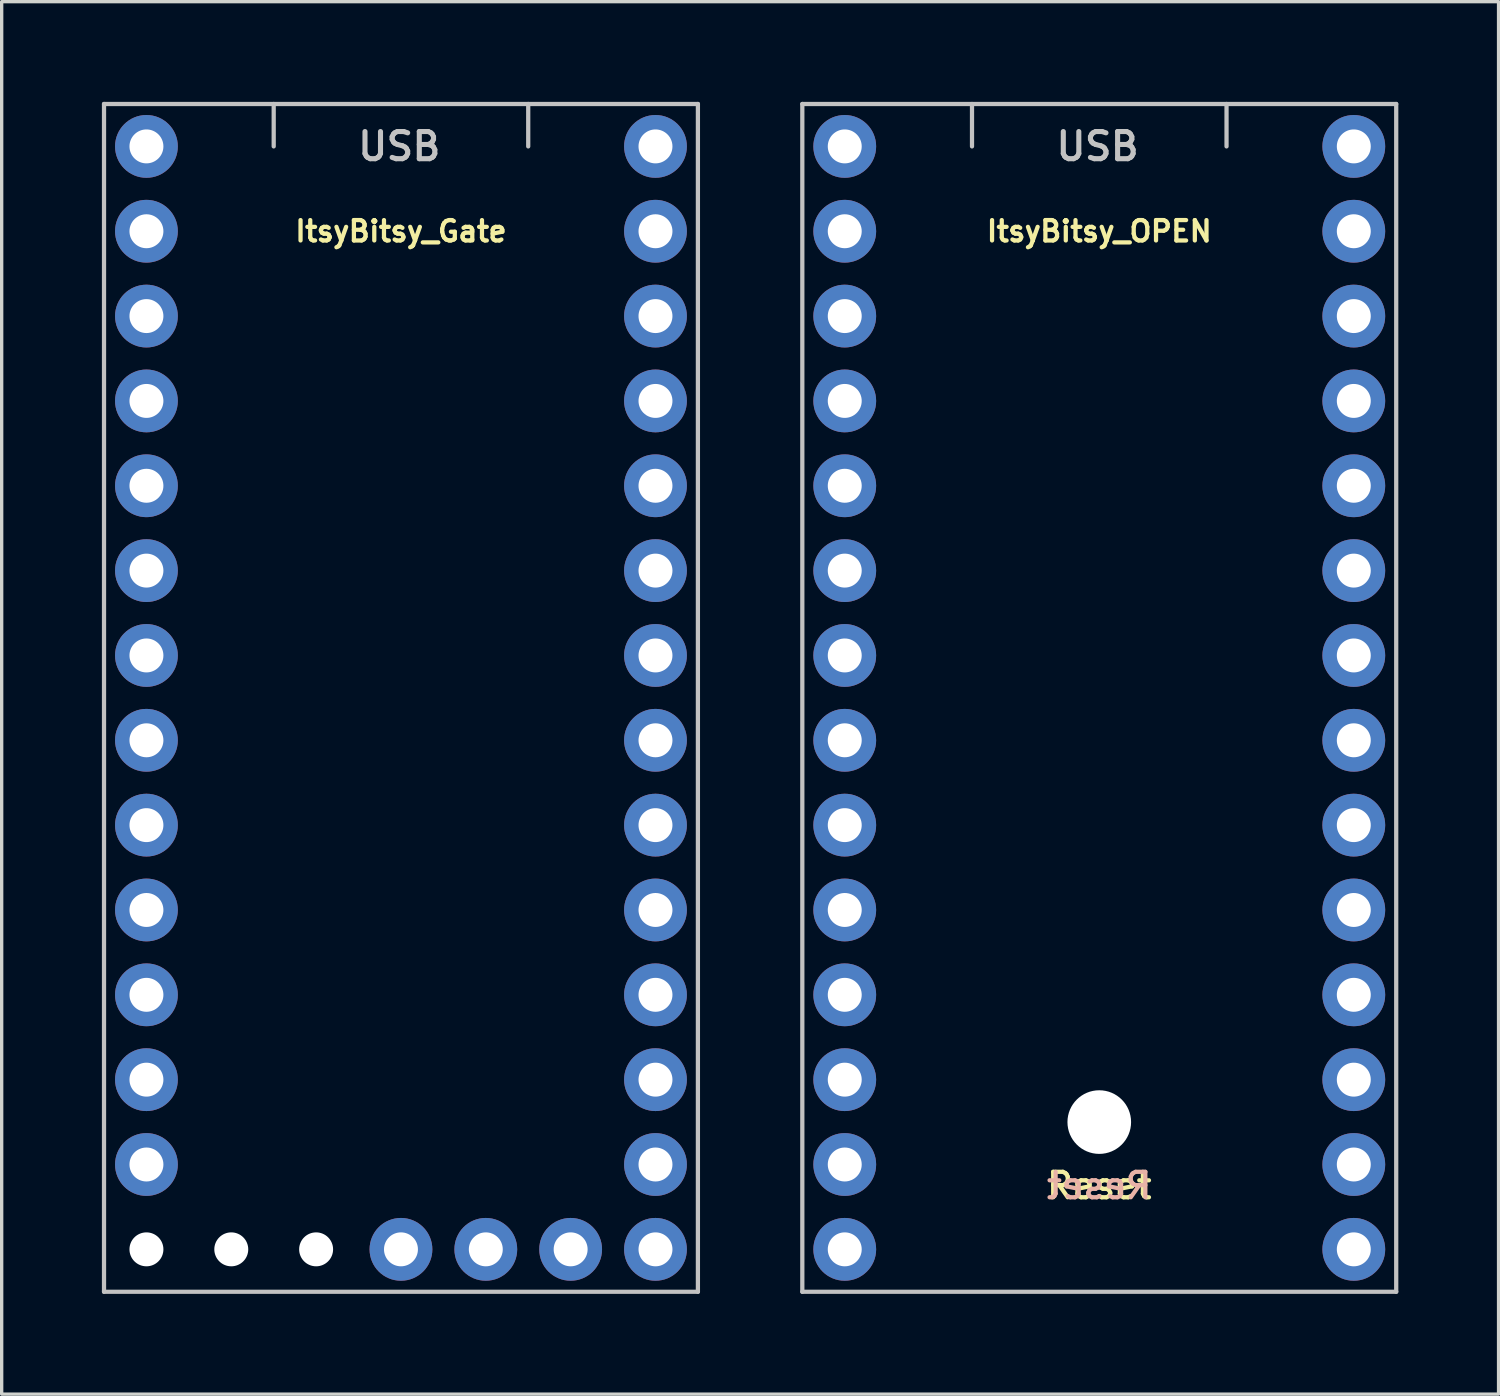
<source format=kicad_pcb>
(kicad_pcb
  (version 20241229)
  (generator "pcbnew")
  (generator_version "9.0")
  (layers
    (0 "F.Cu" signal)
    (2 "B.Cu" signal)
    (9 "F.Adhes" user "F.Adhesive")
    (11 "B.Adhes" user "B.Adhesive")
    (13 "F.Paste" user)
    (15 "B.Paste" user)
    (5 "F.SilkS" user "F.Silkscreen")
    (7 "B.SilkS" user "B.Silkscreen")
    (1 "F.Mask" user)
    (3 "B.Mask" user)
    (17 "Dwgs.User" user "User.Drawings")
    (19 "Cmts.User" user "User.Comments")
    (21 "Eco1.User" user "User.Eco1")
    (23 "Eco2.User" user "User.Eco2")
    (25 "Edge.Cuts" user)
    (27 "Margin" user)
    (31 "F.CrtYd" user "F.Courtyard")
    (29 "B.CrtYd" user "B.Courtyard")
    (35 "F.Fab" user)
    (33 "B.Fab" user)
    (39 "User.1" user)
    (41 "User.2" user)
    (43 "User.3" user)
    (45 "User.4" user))
  (footprint "ItsyBitsy_OPEN"
    (layer "F.Cu")
    (at 29.86 17.843)
    (property "Reference" "ItsyBitsy_OPEN" (at 0 -13.97 0) (layer "F.SilkS") (effects (font (size 0.61 0.61) (thickness 0.127))))
    (attr exclude_from_pos_files exclude_from_bom)
    (fp_line (start -8.89 -17.78) (end -8.89 17.78) (stroke (width 0.127) (type solid)) (layer "Dwgs.User"))
    (fp_line (start -8.89 17.78) (end 8.89 17.78) (stroke (width 0.127) (type solid)) (layer "Dwgs.User"))
    (fp_line (start -3.81 -16.51) (end -3.81 -17.78) (stroke (width 0.127) (type solid)) (layer "Dwgs.User"))
    (fp_line (start 3.81 -17.78) (end 3.81 -16.51) (stroke (width 0.127) (type solid)) (layer "Dwgs.User"))
    (fp_line (start 8.89 -17.78) (end -8.89 -17.78) (stroke (width 0.127) (type solid)) (layer "Dwgs.User"))
    (fp_line (start 8.89 17.78) (end 8.89 -17.78) (stroke (width 0.127) (type solid)) (layer "Dwgs.User"))
    (fp_text user "Reset" (at 0 14.605 0) (layer "F.SilkS") (effects (font (size 0.762 0.762) (thickness 0.127))))
    (fp_text user "Reset" (at 0 14.605 0) (layer "B.SilkS") (effects (font (size 0.762 0.762) (thickness 0.127)) (justify mirror)))
    (fp_text user "USB" (at -0.051 -16.51 0) (layer "Dwgs.User") (effects (font (size 0.813 0.813) (thickness 0.152))))
    (pad "" np_thru_hole circle (at 0 12.7) (size 1.905 1.905) (drill 1.905) (layers "*.Cu" "*.Mask"))
    (pad "1" thru_hole circle (at -7.62 -16.51) (size 1.88 1.88) (drill 1.016) (layers "*.Cu" "*.Mask"))
    (pad "2" thru_hole circle (at -7.62 -13.97) (size 1.88 1.88) (drill 1.016) (layers "*.Cu" "*.Mask"))
    (pad "3" thru_hole circle (at -7.62 -11.43) (size 1.88 1.88) (drill 1.016) (layers "*.Cu" "*.Mask"))
    (pad "4" thru_hole circle (at -7.62 -8.89) (size 1.88 1.88) (drill 1.016) (layers "*.Cu" "*.Mask"))
    (pad "5" thru_hole circle (at -7.62 -6.35) (size 1.88 1.88) (drill 1.016) (layers "*.Cu" "*.Mask"))
    (pad "6" thru_hole circle (at -7.62 -3.81) (size 1.88 1.88) (drill 1.016) (layers "*.Cu" "*.Mask"))
    (pad "7" thru_hole circle (at -7.62 -1.27) (size 1.88 1.88) (drill 1.016) (layers "*.Cu" "*.Mask"))
    (pad "8" thru_hole circle (at -7.62 1.27) (size 1.88 1.88) (drill 1.016) (layers "*.Cu" "*.Mask"))
    (pad "9" thru_hole circle (at -7.62 3.81) (size 1.88 1.88) (drill 1.016) (layers "*.Cu" "*.Mask"))
    (pad "10" thru_hole circle (at -7.62 6.35) (size 1.88 1.88) (drill 1.016) (layers "*.Cu" "*.Mask"))
    (pad "11" thru_hole circle (at -7.62 8.89) (size 1.88 1.88) (drill 1.016) (layers "*.Cu" "*.Mask"))
    (pad "12" thru_hole circle (at -7.62 11.43) (size 1.88 1.88) (drill 1.016) (layers "*.Cu" "*.Mask"))
    (pad "13" thru_hole circle (at -7.62 13.97) (size 1.88 1.88) (drill 1.016) (layers "*.Cu" "*.Mask"))
    (pad "14" thru_hole circle (at -7.62 16.51) (size 1.88 1.88) (drill 1.016) (layers "*.Cu" "*.Mask"))
    (pad "20" thru_hole circle (at 7.62 16.51) (size 1.88 1.88) (drill 1.016) (layers "*.Cu" "*.Mask"))
    (pad "21" thru_hole circle (at 7.62 13.97) (size 1.88 1.88) (drill 1.016) (layers "*.Cu" "*.Mask"))
    (pad "22" thru_hole circle (at 7.62 11.43) (size 1.88 1.88) (drill 1.016) (layers "*.Cu" "*.Mask"))
    (pad "23" thru_hole circle (at 7.62 8.89) (size 1.88 1.88) (drill 1.016) (layers "*.Cu" "*.Mask"))
    (pad "24" thru_hole circle (at 7.62 6.35) (size 1.88 1.88) (drill 1.016) (layers "*.Cu" "*.Mask"))
    (pad "25" thru_hole circle (at 7.62 3.81) (size 1.88 1.88) (drill 1.016) (layers "*.Cu" "*.Mask"))
    (pad "26" thru_hole circle (at 7.62 1.27) (size 1.88 1.88) (drill 1.016) (layers "*.Cu" "*.Mask"))
    (pad "27" thru_hole circle (at 7.62 -1.27) (size 1.88 1.88) (drill 1.016) (layers "*.Cu" "*.Mask"))
    (pad "28" thru_hole circle (at 7.62 -3.81) (size 1.88 1.88) (drill 1.016) (layers "*.Cu" "*.Mask"))
    (pad "29" thru_hole circle (at 7.62 -6.35) (size 1.88 1.88) (drill 1.016) (layers "*.Cu" "*.Mask"))
    (pad "30" thru_hole circle (at 7.62 -8.89) (size 1.88 1.88) (drill 1.016) (layers "*.Cu" "*.Mask"))
    (pad "31" thru_hole circle (at 7.62 -11.43) (size 1.88 1.88) (drill 1.016) (layers "*.Cu" "*.Mask"))
    (pad "32" thru_hole circle (at 7.62 -13.97) (size 1.88 1.88) (drill 1.016) (layers "*.Cu" "*.Mask"))
    (pad "33" thru_hole circle (at 7.62 -16.51) (size 1.88 1.88) (drill 1.016) (layers "*.Cu" "*.Mask")))
  (footprint "ItsyBitsy_Gate"
    (layer "F.Cu")
    (at 8.954 17.843)
    (property "Reference" "ItsyBitsy_Gate" (at 0 -13.97 0) (layer "F.SilkS") (effects (font (size 0.61 0.61) (thickness 0.127))))
    (attr exclude_from_pos_files exclude_from_bom)
    (fp_line (start -8.89 -17.78) (end -8.89 17.78) (stroke (width 0.127) (type solid)) (layer "Dwgs.User"))
    (fp_line (start -8.89 17.78) (end 8.89 17.78) (stroke (width 0.127) (type solid)) (layer "Dwgs.User"))
    (fp_line (start -3.81 -16.51) (end -3.81 -17.78) (stroke (width 0.127) (type solid)) (layer "Dwgs.User"))
    (fp_line (start 3.81 -17.78) (end 3.81 -16.51) (stroke (width 0.127) (type solid)) (layer "Dwgs.User"))
    (fp_line (start 8.89 -17.78) (end -8.89 -17.78) (stroke (width 0.127) (type solid)) (layer "Dwgs.User"))
    (fp_line (start 8.89 17.78) (end 8.89 -17.78) (stroke (width 0.127) (type solid)) (layer "Dwgs.User"))
    (fp_text user "USB" (at -0.051 -16.51 0) (layer "Dwgs.User") (effects (font (size 0.813 0.813) (thickness 0.152))))
    (pad "" np_thru_hole circle (at -7.62 16.51) (size 1.016 1.016) (drill 1.016) (layers "*.Cu" "*.Mask"))
    (pad "" np_thru_hole circle (at -5.08 16.51) (size 1.016 1.016) (drill 1.016) (layers "*.Cu" "*.Mask"))
    (pad "" np_thru_hole circle (at -2.54 16.51) (size 1.016 1.016) (drill 1.016) (layers "*.Cu" "*.Mask"))
    (pad "1" thru_hole circle (at -7.62 -16.51) (size 1.88 1.88) (drill 1.016) (layers "*.Cu" "*.Mask"))
    (pad "2" thru_hole circle (at -7.62 -13.97) (size 1.88 1.88) (drill 1.016) (layers "*.Cu" "*.Mask"))
    (pad "3" thru_hole circle (at -7.62 -11.43) (size 1.88 1.88) (drill 1.016) (layers "*.Cu" "*.Mask"))
    (pad "4" thru_hole circle (at -7.62 -8.89) (size 1.88 1.88) (drill 1.016) (layers "*.Cu" "*.Mask"))
    (pad "5" thru_hole circle (at -7.62 -6.35) (size 1.88 1.88) (drill 1.016) (layers "*.Cu" "*.Mask"))
    (pad "6" thru_hole circle (at -7.62 -3.81) (size 1.88 1.88) (drill 1.016) (layers "*.Cu" "*.Mask"))
    (pad "7" thru_hole circle (at -7.62 -1.27) (size 1.88 1.88) (drill 1.016) (layers "*.Cu" "*.Mask"))
    (pad "8" thru_hole circle (at -7.62 1.27) (size 1.88 1.88) (drill 1.016) (layers "*.Cu" "*.Mask"))
    (pad "9" thru_hole circle (at -7.62 3.81) (size 1.88 1.88) (drill 1.016) (layers "*.Cu" "*.Mask"))
    (pad "10" thru_hole circle (at -7.62 6.35) (size 1.88 1.88) (drill 1.016) (layers "*.Cu" "*.Mask"))
    (pad "11" thru_hole circle (at -7.62 8.89) (size 1.88 1.88) (drill 1.016) (layers "*.Cu" "*.Mask"))
    (pad "12" thru_hole circle (at -7.62 11.43) (size 1.88 1.88) (drill 1.016) (layers "*.Cu" "*.Mask"))
    (pad "13" thru_hole circle (at -7.62 13.97) (size 1.88 1.88) (drill 1.016) (layers "*.Cu" "*.Mask"))
    (pad "17" thru_hole circle (at 0 16.51) (size 1.88 1.88) (drill 1.016) (layers "*.Cu" "*.Mask"))
    (pad "18" thru_hole circle (at 2.54 16.51) (size 1.88 1.88) (drill 1.016) (layers "*.Cu" "*.Mask"))
    (pad "19" thru_hole circle (at 5.08 16.51) (size 1.88 1.88) (drill 1.016) (layers "*.Cu" "*.Mask"))
    (pad "20" thru_hole circle (at 7.62 16.51) (size 1.88 1.88) (drill 1.016) (layers "*.Cu" "*.Mask"))
    (pad "21" thru_hole circle (at 7.62 13.97) (size 1.88 1.88) (drill 1.016) (layers "*.Cu" "*.Mask"))
    (pad "22" thru_hole circle (at 7.62 11.43) (size 1.88 1.88) (drill 1.016) (layers "*.Cu" "*.Mask"))
    (pad "23" thru_hole circle (at 7.62 8.89) (size 1.88 1.88) (drill 1.016) (layers "*.Cu" "*.Mask"))
    (pad "24" thru_hole circle (at 7.62 6.35) (size 1.88 1.88) (drill 1.016) (layers "*.Cu" "*.Mask"))
    (pad "25" thru_hole circle (at 7.62 3.81) (size 1.88 1.88) (drill 1.016) (layers "*.Cu" "*.Mask"))
    (pad "26" thru_hole circle (at 7.62 1.27) (size 1.88 1.88) (drill 1.016) (layers "*.Cu" "*.Mask"))
    (pad "27" thru_hole circle (at 7.62 -1.27) (size 1.88 1.88) (drill 1.016) (layers "*.Cu" "*.Mask"))
    (pad "28" thru_hole circle (at 7.62 -3.81) (size 1.88 1.88) (drill 1.016) (layers "*.Cu" "*.Mask"))
    (pad "29" thru_hole circle (at 7.62 -6.35) (size 1.88 1.88) (drill 1.016) (layers "*.Cu" "*.Mask"))
    (pad "30" thru_hole circle (at 7.62 -8.89) (size 1.88 1.88) (drill 1.016) (layers "*.Cu" "*.Mask"))
    (pad "31" thru_hole circle (at 7.62 -11.43) (size 1.88 1.88) (drill 1.016) (layers "*.Cu" "*.Mask"))
    (pad "32" thru_hole circle (at 7.62 -13.97) (size 1.88 1.88) (drill 1.016) (layers "*.Cu" "*.Mask"))
    (pad "33" thru_hole circle (at 7.62 -16.51) (size 1.88 1.88) (drill 1.016) (layers "*.Cu" "*.Mask")))
  (gr_rect
    (start -3 -3)
    (end 41.814 38.687)
    (stroke (width 0.1) (type default))
    (fill no)
    (layer "Edge.Cuts")))
</source>
